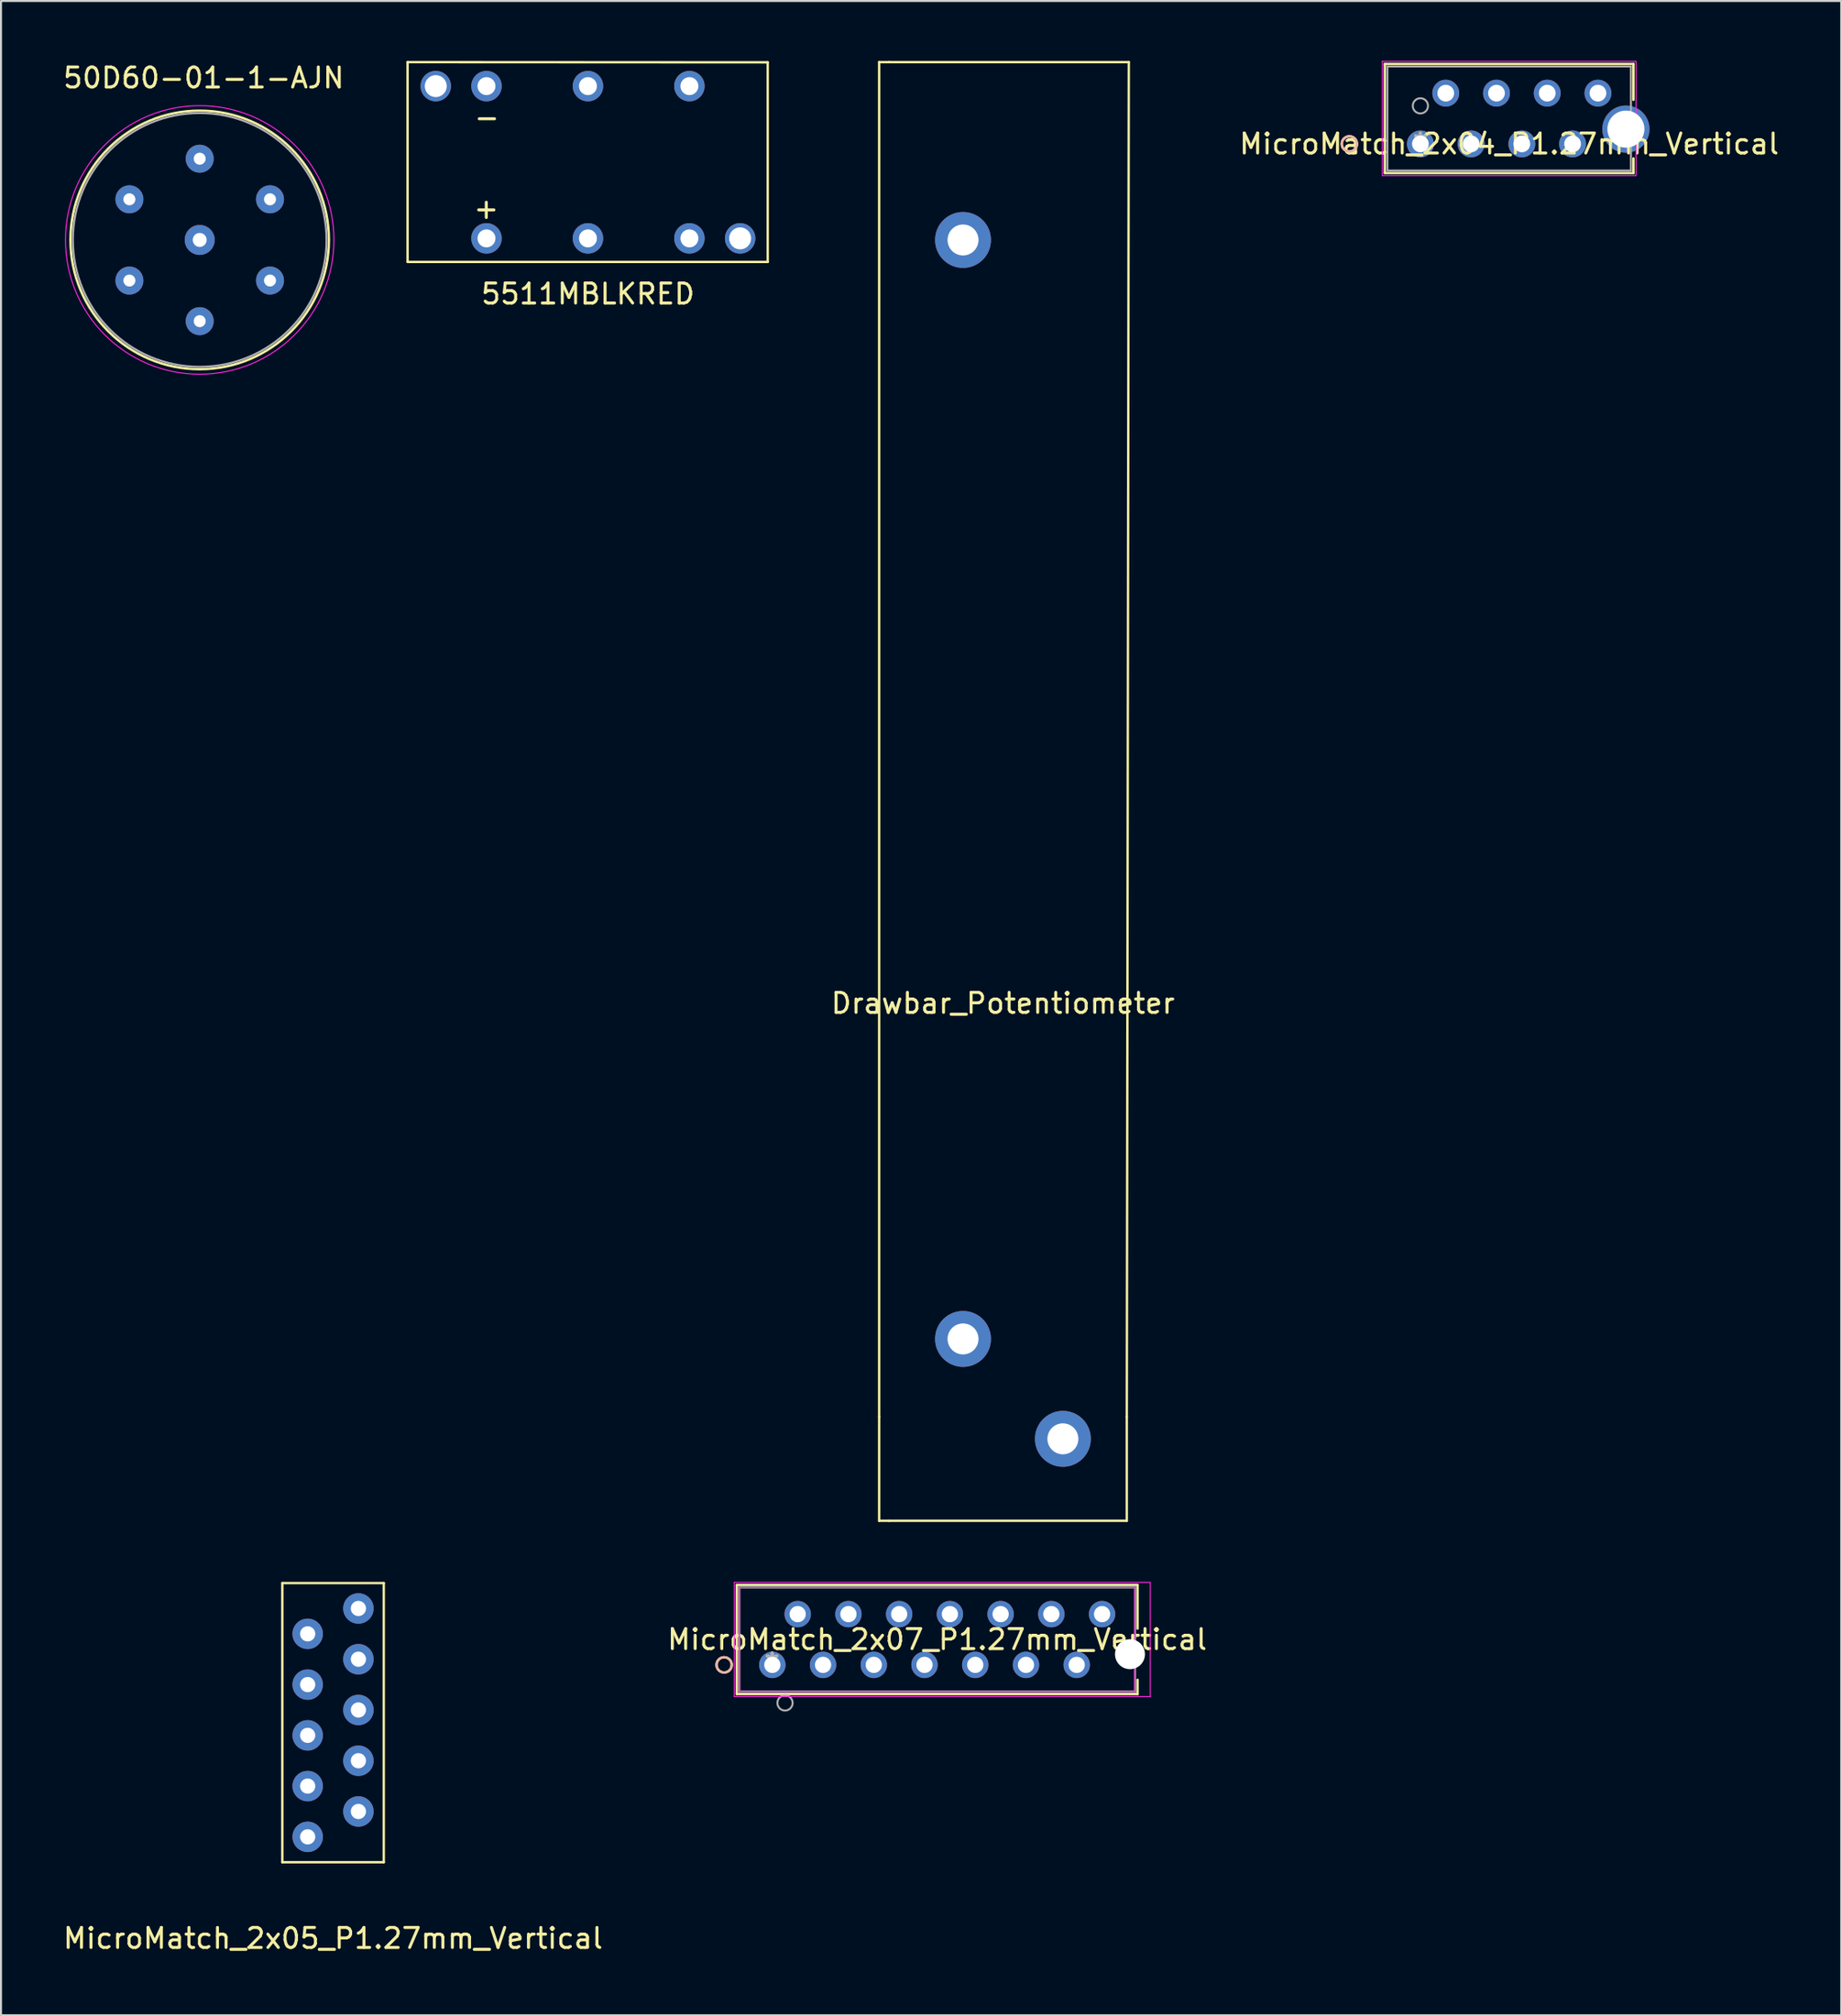
<source format=kicad_pcb>
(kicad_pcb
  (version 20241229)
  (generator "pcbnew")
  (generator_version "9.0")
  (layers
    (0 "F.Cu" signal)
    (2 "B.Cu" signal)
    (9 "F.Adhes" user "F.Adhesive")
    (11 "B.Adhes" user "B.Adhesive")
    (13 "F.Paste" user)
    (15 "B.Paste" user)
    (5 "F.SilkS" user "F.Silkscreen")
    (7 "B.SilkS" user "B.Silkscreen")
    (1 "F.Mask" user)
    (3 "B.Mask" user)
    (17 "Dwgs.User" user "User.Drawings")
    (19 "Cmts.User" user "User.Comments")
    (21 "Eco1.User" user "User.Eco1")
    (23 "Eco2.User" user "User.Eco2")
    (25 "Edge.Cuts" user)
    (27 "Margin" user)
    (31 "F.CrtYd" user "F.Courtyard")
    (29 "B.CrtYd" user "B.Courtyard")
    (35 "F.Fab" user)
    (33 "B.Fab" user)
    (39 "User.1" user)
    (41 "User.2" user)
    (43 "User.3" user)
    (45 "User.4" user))
  (footprint "MicroMatch_2x05_P1.27mm_Vertical"
    (layer "F.Cu")
    (at 13.625 83.8)
    (property "Reference" "MicroMatch_2x05_P1.27mm_Vertical" (at 0 10.16 0) (layer "F.SilkS") (effects (font (size 1 1) (thickness 0.15))))
    (attr through_hole)
    (fp_line (start -2.54 -7.62) (end 2.54 -7.62) (stroke (width 0.12) (type solid)) (layer "F.SilkS"))
    (fp_line (start -2.54 6.35) (end -2.54 -7.62) (stroke (width 0.12) (type solid)) (layer "F.SilkS"))
    (fp_line (start 2.54 -7.62) (end 2.54 6.35) (stroke (width 0.12) (type solid)) (layer "F.SilkS"))
    (fp_line (start 2.54 6.35) (end -2.54 6.35) (stroke (width 0.12) (type solid)) (layer "F.SilkS"))
    (pad "1" thru_hole circle (at 1.27 -6.35) (size 1.524 1.524) (drill 0.762) (layers "*.Cu" "*.Mask"))
    (pad "2" thru_hole circle (at -1.27 -5.08) (size 1.524 1.524) (drill 0.762) (layers "*.Cu" "*.Mask"))
    (pad "3" thru_hole circle (at 1.27 -3.81) (size 1.524 1.524) (drill 0.762) (layers "*.Cu" "*.Mask"))
    (pad "4" thru_hole circle (at -1.27 -2.54) (size 1.524 1.524) (drill 0.762) (layers "*.Cu" "*.Mask"))
    (pad "5" thru_hole circle (at 1.27 -1.27) (size 1.524 1.524) (drill 0.762) (layers "*.Cu" "*.Mask"))
    (pad "6" thru_hole circle (at -1.27 0) (size 1.524 1.524) (drill 0.762) (layers "*.Cu" "*.Mask"))
    (pad "7" thru_hole circle (at 1.27 1.27) (size 1.524 1.524) (drill 0.762) (layers "*.Cu" "*.Mask"))
    (pad "8" thru_hole circle (at -1.27 2.54) (size 1.524 1.524) (drill 0.762) (layers "*.Cu" "*.Mask"))
    (pad "9" thru_hole circle (at 1.27 3.81) (size 1.524 1.524) (drill 0.762) (layers "*.Cu" "*.Mask"))
    (pad "10" thru_hole circle (at -1.27 5.08) (size 1.524 1.524) (drill 0.762) (layers "*.Cu" "*.Mask")))
  (footprint "50D60-01-1-AJN"
    (layer "F.Cu")
    (at 6.949 8.958)
    (property "Reference" "50D60-01-1-AJN" (at 0.2 -8.11 0) (layer "F.SilkS") (effects (font (size 1 1) (thickness 0.15))))
    (attr through_hole)
    (fp_circle (center 0 0) (end 0 6.47) (stroke (width 0.12) (type solid)) (fill no) (layer "F.SilkS"))
    (fp_circle (center 0 0) (end 0 6.72) (stroke (width 0.05) (type solid)) (fill no) (layer "F.CrtYd"))
    (fp_circle (center 0 0) (end 0 6.35) (stroke (width 0.1) (type solid)) (fill no) (layer "F.Fab"))
    (pad "1" thru_hole circle (at 3.52 -2.033 60) (size 1.4 1.4) (drill 0.6) (layers "*.Cu" "*.Mask"))
    (pad "2" thru_hole circle (at 3.52 2.032 60) (size 1.4 1.4) (drill 0.6) (layers "*.Cu" "*.Mask"))
    (pad "3" thru_hole circle (at 0 4.065 60) (size 1.4 1.4) (drill 0.6) (layers "*.Cu" "*.Mask"))
    (pad "4" thru_hole circle (at -3.52 2.033 60) (size 1.4 1.4) (drill 0.6) (layers "*.Cu" "*.Mask"))
    (pad "5" thru_hole circle (at -3.52 -2.033 60) (size 1.4 1.4) (drill 0.6) (layers "*.Cu" "*.Mask"))
    (pad "6" thru_hole circle (at 0 -4.065 60) (size 1.4 1.4) (drill 0.6) (layers "*.Cu" "*.Mask"))
    (pad "7" thru_hole circle (at 0 0 60) (size 1.5 1.5) (drill 0.7) (layers "*.Cu" "*.Mask")))
  (footprint "MicroMatch_2x04_P1.27mm_Vertical"
    (layer "F.Cu")
    (at 68.068 4.152)
    (property "Reference" "MicroMatch_2x04_P1.27mm_Vertical" (at 4.445 0 0) (layer "F.SilkS") (effects (font (size 1 1) (thickness 0.15))))
    (attr through_hole)
    (fp_line (start -1.778 -4) (end -1.778 1.46) (stroke (width 0.12) (type solid)) (layer "F.SilkS"))
    (fp_line (start -1.778 1.46) (end 10.668 1.46) (stroke (width 0.12) (type solid)) (layer "F.SilkS"))
    (fp_line (start 10.668 -4) (end -1.778 -4) (stroke (width 0.12) (type solid)) (layer "F.SilkS"))
    (fp_line (start 10.668 -2.206) (end 10.668 -4) (stroke (width 0.12) (type solid)) (layer "F.SilkS"))
    (fp_line (start 10.668 1.46) (end 10.668 0.726) (stroke (width 0.12) (type solid)) (layer "F.SilkS"))
    (fp_circle (center -3.556 0) (end -3.175 0) (stroke (width 0.12) (type solid)) (fill no) (layer "F.SilkS"))
    (fp_circle (center -3.556 0) (end -3.175 0) (stroke (width 0.12) (type solid)) (fill no) (layer "B.SilkS"))
    (fp_line (start -1.905 -4.128) (end -1.905 1.587) (stroke (width 0.05) (type solid)) (layer "F.CrtYd"))
    (fp_line (start -1.905 1.587) (end 10.795 1.587) (stroke (width 0.05) (type solid)) (layer "F.CrtYd"))
    (fp_line (start 10.795 -4.128) (end -1.905 -4.128) (stroke (width 0.05) (type solid)) (layer "F.CrtYd"))
    (fp_line (start 10.795 1.587) (end 10.795 -4.128) (stroke (width 0.05) (type solid)) (layer "F.CrtYd"))
    (fp_line (start -1.651 -3.873) (end -1.651 1.333) (stroke (width 0.1) (type solid)) (layer "F.Fab"))
    (fp_line (start -1.651 1.333) (end 10.541 1.333) (stroke (width 0.1) (type solid)) (layer "F.Fab"))
    (fp_line (start 10.541 -3.873) (end -1.651 -3.873) (stroke (width 0.1) (type solid)) (layer "F.Fab"))
    (fp_line (start 10.541 1.333) (end 10.541 -3.873) (stroke (width 0.1) (type solid)) (layer "F.Fab"))
    (fp_circle (center 0 -1.905) (end 0.381 -1.905) (stroke (width 0.1) (type solid)) (fill no) (layer "F.Fab"))
    (fp_text user "*" (at 0 0 0) (layer "F.SilkS") (effects (font (size 1 1) (thickness 0.15))))
    (fp_text user "Copyright 2021 Accelerated Designs. All rights reserved." (at 0 0 0) (layer "Cmts.User") (effects (font (size 0.127 0.127) (thickness 0.002))))
    (fp_text user "*" (at 0 0 0) (layer "F.Fab") (effects (font (size 1 1) (thickness 0.15))))
    (pad "1" thru_hole circle (at 0 0) (size 1.346 1.346) (drill 0.838) (layers "*.Cu" "*.Mask"))
    (pad "2" thru_hole circle (at 1.27 -2.54) (size 1.346 1.346) (drill 0.838) (layers "*.Cu" "*.Mask"))
    (pad "3" thru_hole circle (at 2.54 0) (size 1.346 1.346) (drill 0.838) (layers "*.Cu" "*.Mask"))
    (pad "4" thru_hole circle (at 3.81 -2.54) (size 1.346 1.346) (drill 0.838) (layers "*.Cu" "*.Mask"))
    (pad "5" thru_hole circle (at 5.08 0) (size 1.346 1.346) (drill 0.838) (layers "*.Cu" "*.Mask"))
    (pad "6" thru_hole circle (at 6.35 -2.54) (size 1.346 1.346) (drill 0.838) (layers "*.Cu" "*.Mask"))
    (pad "7" thru_hole circle (at 7.62 0) (size 1.346 1.346) (drill 0.838) (layers "*.Cu" "*.Mask"))
    (pad "8" thru_hole circle (at 8.89 -2.54) (size 1.346 1.346) (drill 0.838) (layers "*.Cu" "*.Mask"))
    (pad "9" thru_hole circle (at 10.29 -0.74) (size 2.362 2.362) (drill 1.854) (layers "*.Cu" "*.Mask")))
  (footprint "5511MBLKRED"
    (layer "F.Cu")
    (at 26.388 5.07)
    (property "Reference" "5511MBLKRED" (at 0 6.59 0) (layer "F.SilkS") (effects (font (size 1 1) (thickness 0.15))))
    (attr through_hole)
    (fp_line (start -9.03 -5.01) (end 9 -5) (stroke (width 0.12) (type solid)) (layer "F.SilkS"))
    (fp_line (start -9.03 4.99) (end -9.03 -5.01) (stroke (width 0.12) (type solid)) (layer "F.SilkS"))
    (fp_line (start 9 -5) (end 9 4.99) (stroke (width 0.12) (type solid)) (layer "F.SilkS"))
    (fp_line (start 9 4.99) (end -9.02 4.99) (stroke (width 0.12) (type solid)) (layer "F.SilkS"))
    (fp_text user "-" (at -5.06 -2.25 0) (layer "F.SilkS") (effects (font (size 1 1) (thickness 0.15))))
    (fp_text user "+" (at -5.09 2.31 0) (layer "F.SilkS") (effects (font (size 1 1) (thickness 0.15))))
    (pad "" thru_hole circle (at -7.62 -3.81) (size 1.524 1.524) (drill 1.1) (layers "*.Cu" "*.Mask"))
    (pad "" thru_hole circle (at 7.62 3.81) (size 1.524 1.524) (drill 1.1) (layers "*.Cu" "*.Mask"))
    (pad "1" thru_hole circle (at 0 -3.81) (size 1.524 1.524) (drill 0.9) (layers "*.Cu" "*.Mask"))
    (pad "1" thru_hole circle (at 0 3.81) (size 1.524 1.524) (drill 0.9) (layers "*.Cu" "*.Mask"))
    (pad "2" thru_hole circle (at 5.08 -3.81) (size 1.524 1.524) (drill 0.9) (layers "*.Cu" "*.Mask"))
    (pad "3" thru_hole circle (at 5.08 3.81) (size 1.524 1.524) (drill 0.9) (layers "*.Cu" "*.Mask"))
    (pad "4" thru_hole circle (at -5.08 3.81) (size 1.524 1.524) (drill 0.9) (layers "*.Cu" "*.Mask"))
    (pad "5" thru_hole circle (at -5.08 -3.81) (size 1.524 1.524) (drill 0.9) (layers "*.Cu" "*.Mask")))
  (footprint "MicroMatch_2x07_P1.27mm_Vertical"
    (layer "F.Cu")
    (at 35.607 80.228)
    (property "Reference" "MicroMatch_2x07_P1.27mm_Vertical" (at 8.268 -1.225 0) (layer "F.SilkS") (effects (font (size 1 1) (thickness 0.15))))
    (attr through_hole)
    (fp_line (start -1.765 -3.956) (end -1.765 1.505) (stroke (width 0.12) (type solid)) (layer "F.SilkS"))
    (fp_line (start -1.765 1.505) (end 18.301 1.505) (stroke (width 0.12) (type solid)) (layer "F.SilkS"))
    (fp_line (start 18.301 -3.956) (end -1.765 -3.956) (stroke (width 0.12) (type solid)) (layer "F.SilkS"))
    (fp_line (start 18.301 -1.769) (end 18.301 -3.956) (stroke (width 0.12) (type solid)) (layer "F.SilkS"))
    (fp_line (start 18.301 1.505) (end 18.301 0.792) (stroke (width 0.12) (type solid)) (layer "F.SilkS"))
    (fp_circle (center -2.4 0.045) (end -2.019 0.045) (stroke (width 0.12) (type solid)) (fill no) (layer "F.SilkS"))
    (fp_circle (center -2.4 0.045) (end -2.019 0.045) (stroke (width 0.12) (type solid)) (fill no) (layer "B.SilkS"))
    (fp_line (start -1.892 -4.083) (end -1.892 1.632) (stroke (width 0.05) (type solid)) (layer "F.CrtYd"))
    (fp_line (start -1.892 1.632) (end 18.936 1.632) (stroke (width 0.05) (type solid)) (layer "F.CrtYd"))
    (fp_line (start -1.638 -3.829) (end -1.638 1.378) (stroke (width 0.05) (type solid)) (layer "F.CrtYd"))
    (fp_line (start -1.638 1.378) (end 18.174 1.378) (stroke (width 0.05) (type solid)) (layer "F.CrtYd"))
    (fp_line (start 18.174 -3.829) (end -1.638 -3.829) (stroke (width 0.05) (type solid)) (layer "F.CrtYd"))
    (fp_line (start 18.174 1.378) (end 18.174 -3.829) (stroke (width 0.05) (type solid)) (layer "F.CrtYd"))
    (fp_line (start 18.936 -4.083) (end -1.892 -4.083) (stroke (width 0.05) (type solid)) (layer "F.CrtYd"))
    (fp_line (start 18.936 1.632) (end 18.936 -4.083) (stroke (width 0.05) (type solid)) (layer "F.CrtYd"))
    (fp_line (start -1.638 -3.829) (end -1.638 1.378) (stroke (width 0.1) (type solid)) (layer "F.Fab"))
    (fp_line (start -1.638 1.378) (end 18.174 1.378) (stroke (width 0.1) (type solid)) (layer "F.Fab"))
    (fp_line (start 18.174 -3.829) (end -1.638 -3.829) (stroke (width 0.1) (type solid)) (layer "F.Fab"))
    (fp_line (start 18.174 1.378) (end 18.174 -3.829) (stroke (width 0.1) (type solid)) (layer "F.Fab"))
    (fp_circle (center 0.648 1.95) (end 1.029 1.95) (stroke (width 0.1) (type solid)) (fill no) (layer "F.Fab"))
    (fp_text user "*" (at 0 0 0) (layer "F.SilkS") (effects (font (size 1 1) (thickness 0.15))))
    (fp_text user "Copyright 2021 Accelerated Designs. All rights reserved." (at 0 0 0) (layer "Cmts.User") (effects (font (size 0.127 0.127) (thickness 0.002))))
    (fp_text user "*" (at 0 0 0) (layer "F.Fab") (effects (font (size 1 1) (thickness 0.15))))
    (pad "" np_thru_hole circle (at 17.92 -0.489) (size 1.499 1.499) (drill 1.499) (layers "*.Cu" "*.Mask"))
    (pad "1" thru_hole circle (at 0.013 0.045) (size 1.321 1.321) (drill 0.813) (layers "*.Cu" "*.Mask"))
    (pad "2" thru_hole circle (at 2.553 0.045) (size 1.321 1.321) (drill 0.813) (layers "*.Cu" "*.Mask"))
    (pad "3" thru_hole circle (at 5.093 0.045) (size 1.321 1.321) (drill 0.813) (layers "*.Cu" "*.Mask"))
    (pad "4" thru_hole circle (at 7.633 0.045) (size 1.321 1.321) (drill 0.813) (layers "*.Cu" "*.Mask"))
    (pad "5" thru_hole circle (at 10.173 0.045) (size 1.321 1.321) (drill 0.813) (layers "*.Cu" "*.Mask"))
    (pad "6" thru_hole circle (at 12.713 0.045) (size 1.321 1.321) (drill 0.813) (layers "*.Cu" "*.Mask"))
    (pad "7" thru_hole circle (at 15.253 0.045) (size 1.321 1.321) (drill 0.813) (layers "*.Cu" "*.Mask"))
    (pad "8" thru_hole circle (at 1.283 -2.495) (size 1.321 1.321) (drill 0.813) (layers "*.Cu" "*.Mask"))
    (pad "9" thru_hole circle (at 3.823 -2.495) (size 1.321 1.321) (drill 0.813) (layers "*.Cu" "*.Mask"))
    (pad "10" thru_hole circle (at 6.363 -2.495) (size 1.321 1.321) (drill 0.813) (layers "*.Cu" "*.Mask"))
    (pad "11" thru_hole circle (at 8.903 -2.495) (size 1.321 1.321) (drill 0.813) (layers "*.Cu" "*.Mask"))
    (pad "12" thru_hole circle (at 11.443 -2.495) (size 1.321 1.321) (drill 0.813) (layers "*.Cu" "*.Mask"))
    (pad "13" thru_hole circle (at 13.983 -2.495) (size 1.321 1.321) (drill 0.813) (layers "*.Cu" "*.Mask"))
    (pad "14" thru_hole circle (at 16.523 -2.495) (size 1.321 1.321) (drill 0.813) (layers "*.Cu" "*.Mask")))
  (footprint "Drawbar_Potentiometer"
    (layer "F.Cu")
    (at 47.168 36.46)
    (property "Reference" "Drawbar_Potentiometer" (at 0 10.7 0) (layer "F.SilkS") (effects (font (size 1 1) (thickness 0.15))))
    (attr through_hole)
    (fp_line (start -6.2 -36.4) (end -6.2 31.4) (stroke (width 0.12) (type solid)) (layer "F.SilkS"))
    (fp_line (start -6.2 -36.4) (end -5.7 -36.4) (stroke (width 0.12) (type solid)) (layer "F.SilkS"))
    (fp_line (start -6.2 31.4) (end -6.2 36.6) (stroke (width 0.12) (type solid)) (layer "F.SilkS"))
    (fp_line (start -6.2 36.6) (end -5.7 36.6) (stroke (width 0.12) (type solid)) (layer "F.SilkS"))
    (fp_line (start 6.2 31.4) (end 6.2 36.6) (stroke (width 0.12) (type solid)) (layer "F.SilkS"))
    (fp_line (start 6.2 31.4) (end 6.3 -36.4) (stroke (width 0.12) (type solid)) (layer "F.SilkS"))
    (fp_line (start 6.2 36.6) (end -5.7 36.6) (stroke (width 0.12) (type solid)) (layer "F.SilkS"))
    (fp_line (start 6.3 -36.4) (end -5.7 -36.4) (stroke (width 0.12) (type solid)) (layer "F.SilkS"))
    (pad "1" thru_hole circle (at -2 27.5) (size 2.8 2.8) (drill 1.55) (layers "*.Cu" "*.Mask"))
    (pad "2" thru_hole circle (at 3 32.5) (size 2.8 2.8) (drill 1.55) (layers "*.Cu" "*.Mask"))
    (pad "3" thru_hole circle (at -2 -27.5) (size 2.8 2.8) (drill 1.55) (layers "*.Cu" "*.Mask")))
  (gr_rect
    (start -3 -3)
    (end 89.138 97.808)
    (stroke (width 0.1) (type default))
    (fill no)
    (layer "Edge.Cuts")))
</source>
